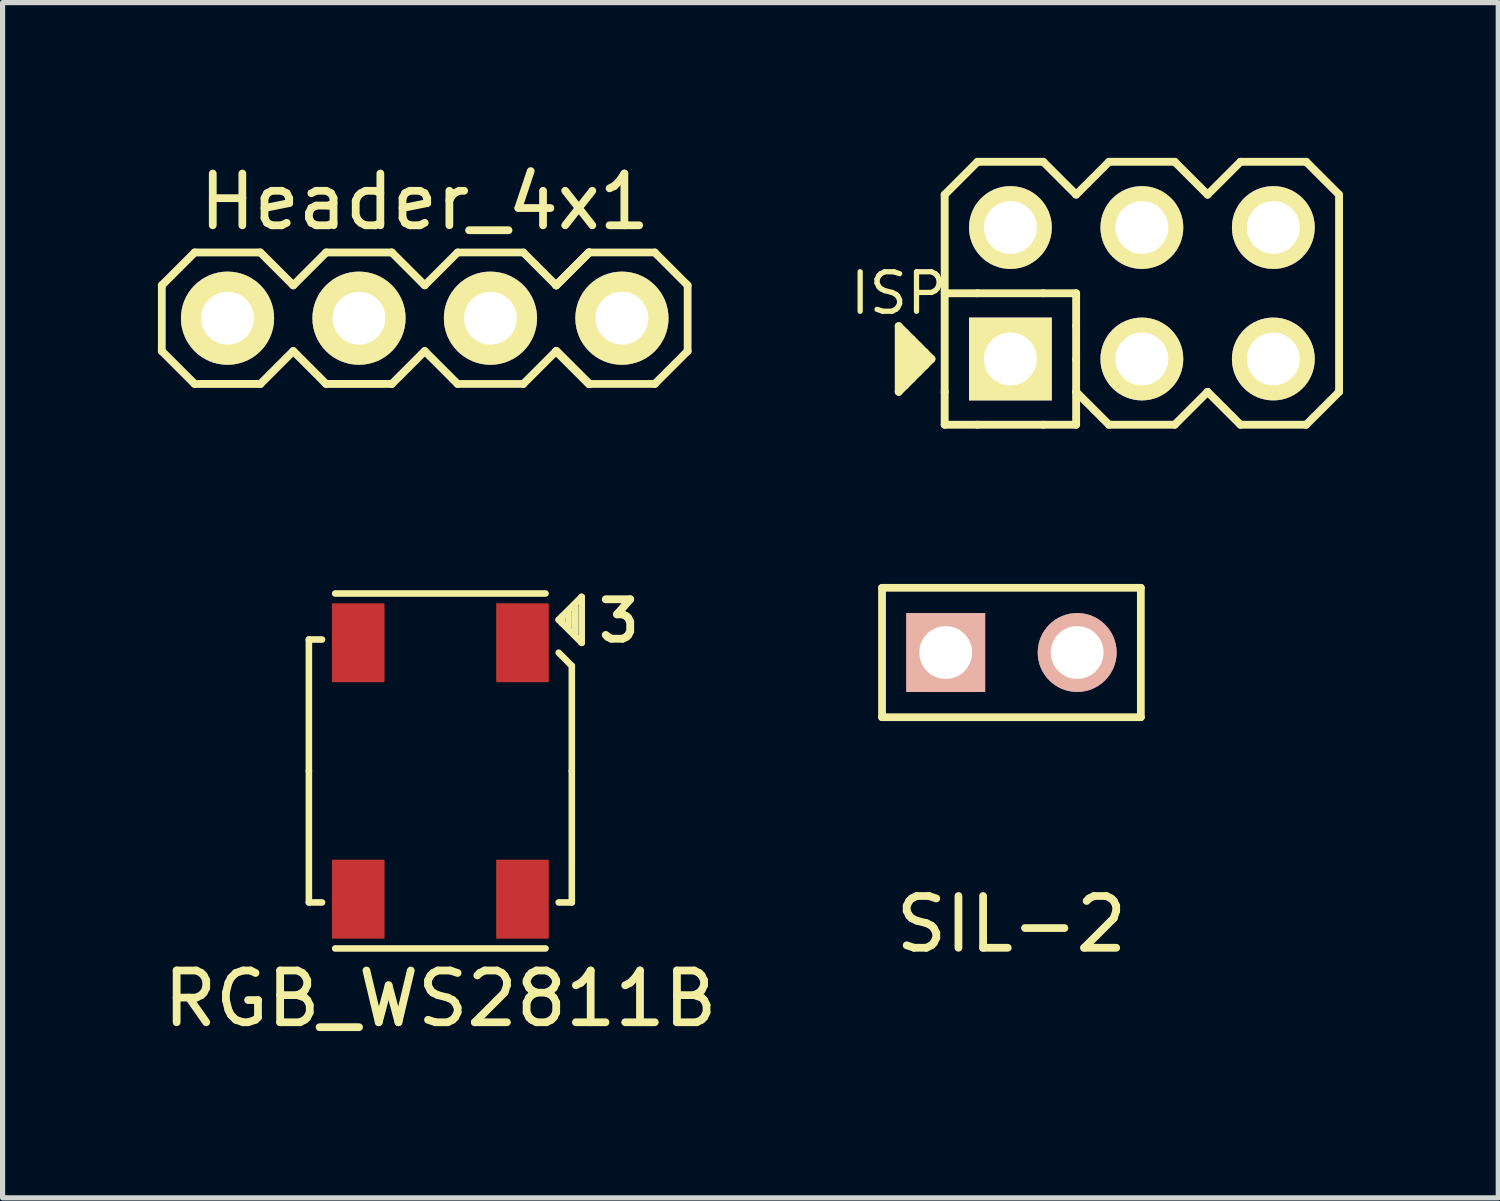
<source format=kicad_pcb>
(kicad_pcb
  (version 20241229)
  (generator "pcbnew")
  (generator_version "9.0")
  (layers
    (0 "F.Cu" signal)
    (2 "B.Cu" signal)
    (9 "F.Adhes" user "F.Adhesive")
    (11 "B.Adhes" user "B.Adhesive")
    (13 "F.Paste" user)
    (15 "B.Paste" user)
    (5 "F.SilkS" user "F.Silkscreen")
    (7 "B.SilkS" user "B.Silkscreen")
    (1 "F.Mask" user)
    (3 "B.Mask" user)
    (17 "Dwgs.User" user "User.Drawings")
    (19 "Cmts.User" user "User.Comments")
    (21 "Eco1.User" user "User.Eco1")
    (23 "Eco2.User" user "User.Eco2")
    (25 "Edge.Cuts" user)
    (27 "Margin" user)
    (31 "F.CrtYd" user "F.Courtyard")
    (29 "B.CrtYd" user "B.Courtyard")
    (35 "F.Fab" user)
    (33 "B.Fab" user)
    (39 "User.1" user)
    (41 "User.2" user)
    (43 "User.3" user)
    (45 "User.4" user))
  (footprint "SIL-2"
    (layer "F.Cu")
    (at 16.492 9.557)
    (property "Reference" "SIL-2" (at 0 5.25 0) (layer "F.SilkS") (effects (font (size 1 1) (thickness 0.15))))
    (attr through_hole)
    (fp_line (start -2.5 -1.25) (end 2.5 -1.25) (stroke (width 0.15) (type solid)) (layer "F.SilkS"))
    (fp_line (start -2.5 1.25) (end -2.5 -1.25) (stroke (width 0.15) (type solid)) (layer "F.SilkS"))
    (fp_line (start 2.5 -1.25) (end 2.5 1.25) (stroke (width 0.15) (type solid)) (layer "F.SilkS"))
    (fp_line (start 2.5 1.25) (end -2.5 1.25) (stroke (width 0.15) (type solid)) (layer "F.SilkS"))
    (pad "1" thru_hole rect (at -1.27 0) (size 1.524 1.524) (drill 1.02) (layers "*.Cu" "*.Mask" "B.SilkS"))
    (pad "2" thru_hole circle (at 1.27 0) (size 1.524 1.524) (drill 1.02) (layers "*.Cu" "*.Mask" "B.SilkS")))
  (footprint "ISP"
    (layer "F.Cu")
    (at 19.012 2.616)
    (property "Reference" "ISP" (at -4.699 0 0) (layer "F.SilkS") (effects (font (size 0.762 0.762) (thickness 0.102))))
    (attr through_hole)
    (fp_line (start -4.699 0.635) (end -4.699 1.905) (stroke (width 0.15) (type solid)) (layer "F.SilkS"))
    (fp_line (start -4.699 1.905) (end -4.064 1.27) (stroke (width 0.15) (type solid)) (layer "F.SilkS"))
    (fp_line (start -4.572 0.762) (end -4.572 1.778) (stroke (width 0.15) (type solid)) (layer "F.SilkS"))
    (fp_line (start -4.445 0.889) (end -4.445 1.651) (stroke (width 0.15) (type solid)) (layer "F.SilkS"))
    (fp_line (start -4.318 1.016) (end -4.318 1.524) (stroke (width 0.15) (type solid)) (layer "F.SilkS"))
    (fp_line (start -4.191 1.143) (end -4.191 1.397) (stroke (width 0.15) (type solid)) (layer "F.SilkS"))
    (fp_line (start -4.064 1.27) (end -4.699 0.635) (stroke (width 0.15) (type solid)) (layer "F.SilkS"))
    (fp_line (start -3.81 -1.905) (end -3.175 -2.54) (stroke (width 0.152) (type solid)) (layer "F.SilkS"))
    (fp_line (start -3.81 1.905) (end -3.81 -1.905) (stroke (width 0.152) (type solid)) (layer "F.SilkS"))
    (fp_line (start -3.81 1.905) (end -3.81 2.54) (stroke (width 0.152) (type solid)) (layer "F.SilkS"))
    (fp_line (start -3.81 2.54) (end -3.175 2.54) (stroke (width 0.152) (type solid)) (layer "F.SilkS"))
    (fp_line (start -3.175 -2.54) (end -1.905 -2.54) (stroke (width 0.152) (type solid)) (layer "F.SilkS"))
    (fp_line (start -3.175 0) (end -3.81 0) (stroke (width 0.152) (type solid)) (layer "F.SilkS"))
    (fp_line (start -1.905 -2.54) (end -1.27 -1.905) (stroke (width 0.152) (type solid)) (layer "F.SilkS"))
    (fp_line (start -1.905 0) (end -3.175 0) (stroke (width 0.152) (type solid)) (layer "F.SilkS"))
    (fp_line (start -1.905 0) (end -1.27 0) (stroke (width 0.152) (type solid)) (layer "F.SilkS"))
    (fp_line (start -1.905 2.54) (end -3.175 2.54) (stroke (width 0.152) (type solid)) (layer "F.SilkS"))
    (fp_line (start -1.27 -1.905) (end -0.635 -2.54) (stroke (width 0.152) (type solid)) (layer "F.SilkS"))
    (fp_line (start -1.27 0) (end -1.27 0.635) (stroke (width 0.152) (type solid)) (layer "F.SilkS"))
    (fp_line (start -1.27 1.27) (end -1.27 0.635) (stroke (width 0.152) (type solid)) (layer "F.SilkS"))
    (fp_line (start -1.27 1.905) (end -1.27 1.27) (stroke (width 0.152) (type solid)) (layer "F.SilkS"))
    (fp_line (start -1.27 1.905) (end -1.27 2.54) (stroke (width 0.152) (type solid)) (layer "F.SilkS"))
    (fp_line (start -1.27 2.54) (end -1.905 2.54) (stroke (width 0.152) (type solid)) (layer "F.SilkS"))
    (fp_line (start -0.635 -2.54) (end 0.635 -2.54) (stroke (width 0.152) (type solid)) (layer "F.SilkS"))
    (fp_line (start -0.635 2.54) (end -1.27 1.905) (stroke (width 0.152) (type solid)) (layer "F.SilkS"))
    (fp_line (start 0.635 -2.54) (end 1.27 -1.905) (stroke (width 0.152) (type solid)) (layer "F.SilkS"))
    (fp_line (start 0.635 2.54) (end -0.635 2.54) (stroke (width 0.152) (type solid)) (layer "F.SilkS"))
    (fp_line (start 1.27 -1.905) (end 1.905 -2.54) (stroke (width 0.152) (type solid)) (layer "F.SilkS"))
    (fp_line (start 1.27 1.905) (end 0.635 2.54) (stroke (width 0.152) (type solid)) (layer "F.SilkS"))
    (fp_line (start 1.905 -2.54) (end 3.175 -2.54) (stroke (width 0.152) (type solid)) (layer "F.SilkS"))
    (fp_line (start 1.905 2.54) (end 1.27 1.905) (stroke (width 0.152) (type solid)) (layer "F.SilkS"))
    (fp_line (start 3.175 -2.54) (end 3.81 -1.905) (stroke (width 0.152) (type solid)) (layer "F.SilkS"))
    (fp_line (start 3.175 2.54) (end 1.905 2.54) (stroke (width 0.152) (type solid)) (layer "F.SilkS"))
    (fp_line (start 3.81 -1.905) (end 3.81 1.905) (stroke (width 0.152) (type solid)) (layer "F.SilkS"))
    (fp_line (start 3.81 1.905) (end 3.175 2.54) (stroke (width 0.152) (type solid)) (layer "F.SilkS"))
    (pad "1" thru_hole rect (at -2.54 1.27) (size 1.6 1.6) (drill 1.02) (layers "*.Cu" "*.Mask" "F.SilkS"))
    (pad "2" thru_hole circle (at -2.54 -1.27) (size 1.6 1.6) (drill 1.02) (layers "*.Cu" "*.Mask" "F.SilkS"))
    (pad "3" thru_hole circle (at 0 1.27) (size 1.6 1.6) (drill 1.02) (layers "*.Cu" "*.Mask" "F.SilkS"))
    (pad "4" thru_hole circle (at 0 -1.27) (size 1.6 1.6) (drill 1.02) (layers "*.Cu" "*.Mask" "F.SilkS"))
    (pad "5" thru_hole circle (at 2.54 1.27) (size 1.6 1.6) (drill 1.02) (layers "*.Cu" "*.Mask" "F.SilkS"))
    (pad "6" thru_hole circle (at 2.54 -1.27) (size 1.6 1.6) (drill 1.02) (layers "*.Cu" "*.Mask" "F.SilkS")))
  (footprint "Header_4x1"
    (layer "F.Cu")
    (at 5.156 3.098)
    (property "Reference" "Header_4x1" (at 0 -2.25 0) (layer "F.SilkS") (effects (font (size 1 1) (thickness 0.15))))
    (attr smd)
    (fp_line (start -5.08 -0.635) (end -5.08 0.635) (stroke (width 0.15) (type solid)) (layer "F.SilkS"))
    (fp_line (start -5.08 0.635) (end -4.445 1.27) (stroke (width 0.152) (type solid)) (layer "F.SilkS"))
    (fp_line (start -4.445 -1.27) (end -5.08 -0.635) (stroke (width 0.152) (type solid)) (layer "F.SilkS"))
    (fp_line (start -4.445 1.27) (end -3.175 1.27) (stroke (width 0.152) (type solid)) (layer "F.SilkS"))
    (fp_line (start -3.175 -1.27) (end -4.445 -1.27) (stroke (width 0.152) (type solid)) (layer "F.SilkS"))
    (fp_line (start -3.175 1.27) (end -2.54 0.635) (stroke (width 0.152) (type solid)) (layer "F.SilkS"))
    (fp_line (start -2.54 -0.635) (end -3.175 -1.27) (stroke (width 0.152) (type solid)) (layer "F.SilkS"))
    (fp_line (start -2.54 0.635) (end -1.905 1.27) (stroke (width 0.152) (type solid)) (layer "F.SilkS"))
    (fp_line (start -1.905 -1.27) (end -2.54 -0.635) (stroke (width 0.152) (type solid)) (layer "F.SilkS"))
    (fp_line (start -1.905 1.27) (end -0.635 1.27) (stroke (width 0.152) (type solid)) (layer "F.SilkS"))
    (fp_line (start -0.635 -1.27) (end -1.905 -1.27) (stroke (width 0.152) (type solid)) (layer "F.SilkS"))
    (fp_line (start -0.635 1.27) (end 0 0.635) (stroke (width 0.152) (type solid)) (layer "F.SilkS"))
    (fp_line (start 0 -0.635) (end -0.635 -1.27) (stroke (width 0.152) (type solid)) (layer "F.SilkS"))
    (fp_line (start 0 -0.635) (end 0.635 -1.27) (stroke (width 0.15) (type solid)) (layer "F.SilkS"))
    (fp_line (start 0.635 -1.27) (end 1.905 -1.27) (stroke (width 0.15) (type solid)) (layer "F.SilkS"))
    (fp_line (start 0.635 1.27) (end 0 0.635) (stroke (width 0.15) (type solid)) (layer "F.SilkS"))
    (fp_line (start 1.905 -1.27) (end 2.54 -0.635) (stroke (width 0.15) (type solid)) (layer "F.SilkS"))
    (fp_line (start 1.905 1.27) (end 0.635 1.27) (stroke (width 0.15) (type solid)) (layer "F.SilkS"))
    (fp_line (start 2.54 0.635) (end 1.905 1.27) (stroke (width 0.15) (type solid)) (layer "F.SilkS"))
    (fp_line (start 2.54 0.635) (end 3.175 1.27) (stroke (width 0.152) (type solid)) (layer "F.SilkS"))
    (fp_line (start 2.54 0.635) (end 3.175 1.27) (stroke (width 0.152) (type solid)) (layer "F.SilkS"))
    (fp_line (start 2.54 0.635) (end 3.175 1.27) (stroke (width 0.152) (type solid)) (layer "F.SilkS"))
    (fp_line (start 2.54 0.635) (end 3.175 1.27) (stroke (width 0.152) (type solid)) (layer "F.SilkS"))
    (fp_line (start 3.175 -1.27) (end 2.54 -0.635) (stroke (width 0.152) (type solid)) (layer "F.SilkS"))
    (fp_line (start 3.175 -1.27) (end 2.54 -0.635) (stroke (width 0.152) (type solid)) (layer "F.SilkS"))
    (fp_line (start 3.175 -1.27) (end 2.54 -0.635) (stroke (width 0.152) (type solid)) (layer "F.SilkS"))
    (fp_line (start 3.175 -1.27) (end 2.54 -0.635) (stroke (width 0.152) (type solid)) (layer "F.SilkS"))
    (fp_line (start 3.175 -1.27) (end 4.445 -1.27) (stroke (width 0.15) (type solid)) (layer "F.SilkS"))
    (fp_line (start 4.445 -1.27) (end 5.08 -0.635) (stroke (width 0.15) (type solid)) (layer "F.SilkS"))
    (fp_line (start 4.445 1.27) (end 3.175 1.27) (stroke (width 0.15) (type solid)) (layer "F.SilkS"))
    (fp_line (start 5.08 -0.635) (end 5.08 0.635) (stroke (width 0.15) (type solid)) (layer "F.SilkS"))
    (fp_line (start 5.08 0.635) (end 4.445 1.27) (stroke (width 0.15) (type solid)) (layer "F.SilkS"))
    (pad "1" thru_hole circle (at -3.81 0) (size 1.8 1.8) (drill 1.02) (layers "*.Cu" "*.Mask" "F.SilkS"))
    (pad "2" thru_hole circle (at -1.27 0) (size 1.8 1.8) (drill 1.02) (layers "*.Cu" "*.Mask" "F.SilkS"))
    (pad "3" thru_hole circle (at 1.27 0) (size 1.8 1.8) (drill 1.02) (layers "*.Cu" "*.Mask" "F.SilkS"))
    (pad "4" thru_hole circle (at 3.81 0) (size 1.8 1.8) (drill 1.02) (layers "*.Cu" "*.Mask" "F.SilkS")))
  (footprint "RGB_WS2811B"
    (layer "F.Cu")
    (at 5.458 11.846)
    (property "Reference" "RGB_WS2811B" (at 0 4.4 0) (layer "F.SilkS") (effects (font (size 1 1) (thickness 0.15))))
    (attr through_hole)
    (fp_line (start -2.54 -2.54) (end -2.286 -2.54) (stroke (width 0.127) (type solid)) (layer "F.SilkS"))
    (fp_line (start -2.54 0) (end -2.54 -2.54) (stroke (width 0.127) (type solid)) (layer "F.SilkS"))
    (fp_line (start -2.54 2.54) (end -2.54 0) (stroke (width 0.127) (type solid)) (layer "F.SilkS"))
    (fp_line (start -2.54 2.54) (end -2.286 2.54) (stroke (width 0.127) (type solid)) (layer "F.SilkS"))
    (fp_line (start 2.032 -3.429) (end -2.032 -3.429) (stroke (width 0.127) (type solid)) (layer "F.SilkS"))
    (fp_line (start 2.032 3.429) (end -2.032 3.429) (stroke (width 0.127) (type solid)) (layer "F.SilkS"))
    (fp_line (start 2.286 -2.921) (end 2.731 -3.365) (stroke (width 0.127) (type solid)) (layer "F.SilkS"))
    (fp_line (start 2.349 -2.857) (end 2.349 -2.985) (stroke (width 0.127) (type solid)) (layer "F.SilkS"))
    (fp_line (start 2.477 -2.794) (end 2.477 -3.048) (stroke (width 0.127) (type solid)) (layer "F.SilkS"))
    (fp_line (start 2.54 -2.032) (end 2.286 -2.286) (stroke (width 0.127) (type solid)) (layer "F.SilkS"))
    (fp_line (start 2.54 -2.032) (end 2.54 0) (stroke (width 0.127) (type solid)) (layer "F.SilkS"))
    (fp_line (start 2.54 0) (end 2.54 2.54) (stroke (width 0.127) (type solid)) (layer "F.SilkS"))
    (fp_line (start 2.54 2.54) (end 2.286 2.54) (stroke (width 0.127) (type solid)) (layer "F.SilkS"))
    (fp_line (start 2.603 -2.667) (end 2.603 -3.175) (stroke (width 0.127) (type solid)) (layer "F.SilkS"))
    (fp_line (start 2.731 -3.365) (end 2.731 -2.477) (stroke (width 0.127) (type solid)) (layer "F.SilkS"))
    (fp_line (start 2.731 -2.477) (end 2.286 -2.921) (stroke (width 0.127) (type solid)) (layer "F.SilkS"))
    (fp_text user "3" (at 3.45 -2.9 180) (layer "F.SilkS") (effects (font (size 0.762 0.762) (thickness 0.152))))
    (pad "1" smd rect (at -1.587 2.477 180) (size 1.016 1.524) (layers "F.Cu" "F.Mask" "F.Paste"))
    (pad "2" smd rect (at 1.587 2.477 180) (size 1.016 1.524) (layers "F.Cu" "F.Mask" "F.Paste"))
    (pad "3" smd rect (at 1.587 -2.477 180) (size 1.016 1.524) (layers "F.Cu" "F.Mask" "F.Paste"))
    (pad "4" smd rect (at -1.587 -2.477 180) (size 1.016 1.524) (layers "F.Cu" "F.Mask" "F.Paste")))
  (gr_rect
    (start -3 -3)
    (end 25.898 20.094)
    (stroke (width 0.1) (type default))
    (fill no)
    (layer "Edge.Cuts")))
</source>
